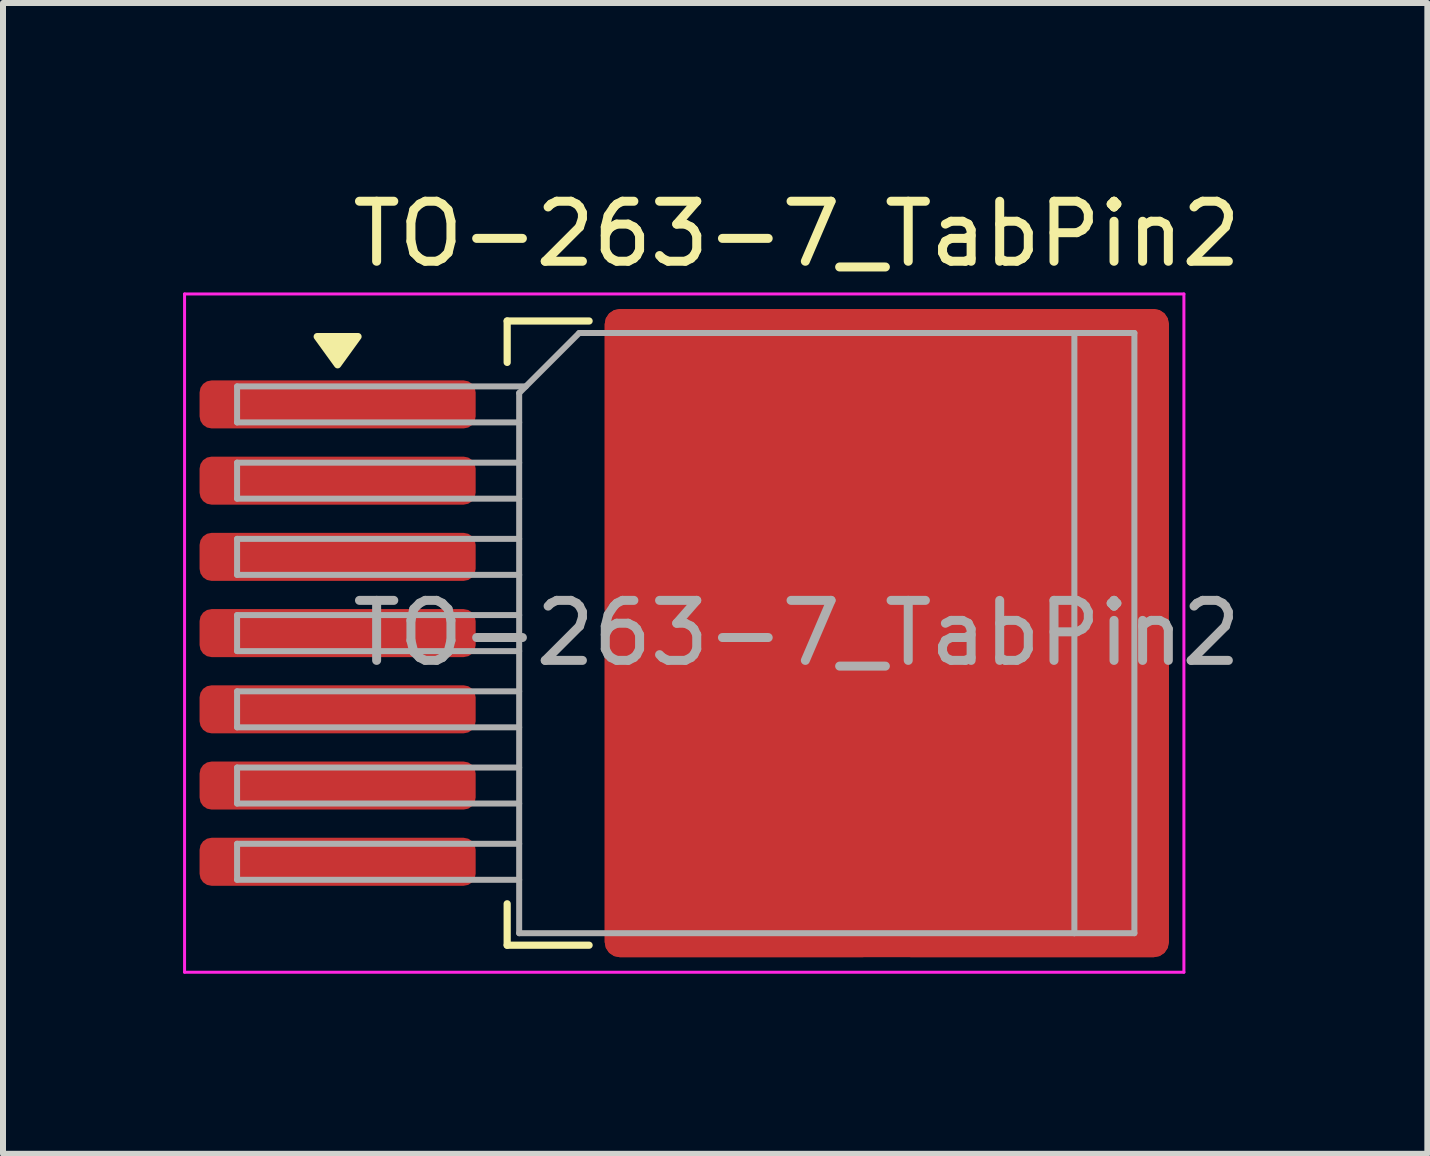
<source format=kicad_pcb>
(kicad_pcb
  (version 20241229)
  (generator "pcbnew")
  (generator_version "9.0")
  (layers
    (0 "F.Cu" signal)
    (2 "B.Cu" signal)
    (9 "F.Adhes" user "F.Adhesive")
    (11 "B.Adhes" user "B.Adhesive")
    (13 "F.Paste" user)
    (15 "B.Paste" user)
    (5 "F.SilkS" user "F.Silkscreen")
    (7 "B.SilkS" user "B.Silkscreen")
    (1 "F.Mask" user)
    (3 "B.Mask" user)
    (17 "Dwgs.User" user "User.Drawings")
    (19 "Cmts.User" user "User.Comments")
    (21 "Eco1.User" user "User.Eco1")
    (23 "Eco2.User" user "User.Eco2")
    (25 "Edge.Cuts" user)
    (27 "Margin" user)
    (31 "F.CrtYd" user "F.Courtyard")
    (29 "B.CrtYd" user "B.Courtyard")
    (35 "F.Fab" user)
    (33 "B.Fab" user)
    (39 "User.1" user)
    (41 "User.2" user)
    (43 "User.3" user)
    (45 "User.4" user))
  (footprint "TO-263-7_TabPin2"
    (layer "F.Cu")
    (at 10.225 7.498)
    (property "Reference" "TO-263-7_TabPin2" (at 0 -6.65 0) (layer "F.SilkS") (effects (font (size 1 1) (thickness 0.15))))
    (attr smd)
    (fp_line (start -4.825 -5.2) (end -4.825 -4.51) (stroke (width 0.12) (type solid)) (layer "F.SilkS"))
    (fp_line (start -4.825 5.2) (end -4.825 4.51) (stroke (width 0.12) (type solid)) (layer "F.SilkS"))
    (fp_line (start -3.46 -5.2) (end -4.825 -5.2) (stroke (width 0.12) (type solid)) (layer "F.SilkS"))
    (fp_line (start -3.46 5.2) (end -4.825 5.2) (stroke (width 0.12) (type solid)) (layer "F.SilkS"))
    (fp_poly (pts (xy -7.65 -4.47) (xy -7.99 -4.94) (xy -7.31 -4.94) (xy -7.65 -4.47)) (stroke (width 0.12) (type solid)) (fill yes) (layer "F.SilkS"))
    (fp_line (start -10.2 -5.65) (end -10.2 5.65) (stroke (width 0.05) (type solid)) (layer "F.CrtYd"))
    (fp_line (start -10.2 5.65) (end 6.45 5.65) (stroke (width 0.05) (type solid)) (layer "F.CrtYd"))
    (fp_line (start 6.45 -5.65) (end -10.2 -5.65) (stroke (width 0.05) (type solid)) (layer "F.CrtYd"))
    (fp_line (start 6.45 5.65) (end 6.45 -5.65) (stroke (width 0.05) (type solid)) (layer "F.CrtYd"))
    (fp_line (start -9.325 -4.11) (end -9.325 -3.51) (stroke (width 0.1) (type solid)) (layer "F.Fab"))
    (fp_line (start -9.325 -3.51) (end -4.625 -3.51) (stroke (width 0.1) (type solid)) (layer "F.Fab"))
    (fp_line (start -9.325 -2.84) (end -9.325 -2.24) (stroke (width 0.1) (type solid)) (layer "F.Fab"))
    (fp_line (start -9.325 -2.24) (end -4.625 -2.24) (stroke (width 0.1) (type solid)) (layer "F.Fab"))
    (fp_line (start -9.325 -1.57) (end -9.325 -0.97) (stroke (width 0.1) (type solid)) (layer "F.Fab"))
    (fp_line (start -9.325 -0.97) (end -4.625 -0.97) (stroke (width 0.1) (type solid)) (layer "F.Fab"))
    (fp_line (start -9.325 -0.3) (end -9.325 0.3) (stroke (width 0.1) (type solid)) (layer "F.Fab"))
    (fp_line (start -9.325 0.3) (end -4.625 0.3) (stroke (width 0.1) (type solid)) (layer "F.Fab"))
    (fp_line (start -9.325 0.97) (end -9.325 1.57) (stroke (width 0.1) (type solid)) (layer "F.Fab"))
    (fp_line (start -9.325 1.57) (end -4.625 1.57) (stroke (width 0.1) (type solid)) (layer "F.Fab"))
    (fp_line (start -9.325 2.24) (end -9.325 2.84) (stroke (width 0.1) (type solid)) (layer "F.Fab"))
    (fp_line (start -9.325 2.84) (end -4.625 2.84) (stroke (width 0.1) (type solid)) (layer "F.Fab"))
    (fp_line (start -9.325 3.51) (end -9.325 4.11) (stroke (width 0.1) (type solid)) (layer "F.Fab"))
    (fp_line (start -9.325 4.11) (end -4.625 4.11) (stroke (width 0.1) (type solid)) (layer "F.Fab"))
    (fp_line (start -4.625 -4) (end -3.625 -5) (stroke (width 0.1) (type solid)) (layer "F.Fab"))
    (fp_line (start -4.625 -2.84) (end -9.325 -2.84) (stroke (width 0.1) (type solid)) (layer "F.Fab"))
    (fp_line (start -4.625 -1.57) (end -9.325 -1.57) (stroke (width 0.1) (type solid)) (layer "F.Fab"))
    (fp_line (start -4.625 -0.3) (end -9.325 -0.3) (stroke (width 0.1) (type solid)) (layer "F.Fab"))
    (fp_line (start -4.625 0.97) (end -9.325 0.97) (stroke (width 0.1) (type solid)) (layer "F.Fab"))
    (fp_line (start -4.625 2.24) (end -9.325 2.24) (stroke (width 0.1) (type solid)) (layer "F.Fab"))
    (fp_line (start -4.625 3.51) (end -9.325 3.51) (stroke (width 0.1) (type solid)) (layer "F.Fab"))
    (fp_line (start -4.625 5) (end -4.625 -4) (stroke (width 0.1) (type solid)) (layer "F.Fab"))
    (fp_line (start -4.515 -4.11) (end -9.325 -4.11) (stroke (width 0.1) (type solid)) (layer "F.Fab"))
    (fp_line (start -3.625 -5) (end 4.625 -5) (stroke (width 0.1) (type solid)) (layer "F.Fab"))
    (fp_line (start 4.625 -5) (end 4.625 5) (stroke (width 0.1) (type solid)) (layer "F.Fab"))
    (fp_line (start 4.625 -5) (end 5.625 -5) (stroke (width 0.1) (type solid)) (layer "F.Fab"))
    (fp_line (start 4.625 5) (end -4.625 5) (stroke (width 0.1) (type solid)) (layer "F.Fab"))
    (fp_line (start 5.625 -5) (end 5.625 5) (stroke (width 0.1) (type solid)) (layer "F.Fab"))
    (fp_line (start 5.625 5) (end 4.625 5) (stroke (width 0.1) (type solid)) (layer "F.Fab"))
    (fp_text user "${REFERENCE}" (at 0 0 0) (layer "F.Fab") (effects (font (size 1 1) (thickness 0.15))))
    (pad "1" smd roundrect (at -7.65 -3.81) (size 4.6 0.8) (layers "F.Cu" "F.Mask" "F.Paste") (roundrect_rratio 0.25))
    (pad "2" smd roundrect (at -7.65 -2.54) (size 4.6 0.8) (layers "F.Cu" "F.Mask" "F.Paste") (roundrect_rratio 0.25))
    (pad "2" smd roundrect (at -0.925 -2.775) (size 4.55 5.25) (layers "F.Cu" "F.Paste") (roundrect_rratio 0.055))
    (pad "2" smd roundrect (at -0.925 2.775) (size 4.55 5.25) (layers "F.Cu" "F.Paste") (roundrect_rratio 0.055))
    (pad "2" smd roundrect (at 1.5 0) (size 9.4 10.8) (layers "F.Cu" "F.Mask") (roundrect_rratio 0.027))
    (pad "2" smd roundrect (at 3.925 -2.775) (size 4.55 5.25) (layers "F.Cu" "F.Paste") (roundrect_rratio 0.055))
    (pad "2" smd roundrect (at 3.925 2.775) (size 4.55 5.25) (layers "F.Cu" "F.Paste") (roundrect_rratio 0.055))
    (pad "3" smd roundrect (at -7.65 -1.27) (size 4.6 0.8) (layers "F.Cu" "F.Mask" "F.Paste") (roundrect_rratio 0.25))
    (pad "4" smd roundrect (at -7.65 0) (size 4.6 0.8) (layers "F.Cu" "F.Mask" "F.Paste") (roundrect_rratio 0.25))
    (pad "5" smd roundrect (at -7.65 1.27) (size 4.6 0.8) (layers "F.Cu" "F.Mask" "F.Paste") (roundrect_rratio 0.25))
    (pad "6" smd roundrect (at -7.65 2.54) (size 4.6 0.8) (layers "F.Cu" "F.Mask" "F.Paste") (roundrect_rratio 0.25))
    (pad "7" smd roundrect (at -7.65 3.81) (size 4.6 0.8) (layers "F.Cu" "F.Mask" "F.Paste") (roundrect_rratio 0.25)))
  (gr_rect
    (start -3 -3)
    (end 20.731 16.173)
    (stroke (width 0.1) (type default))
    (fill no)
    (layer "Edge.Cuts")))
</source>
